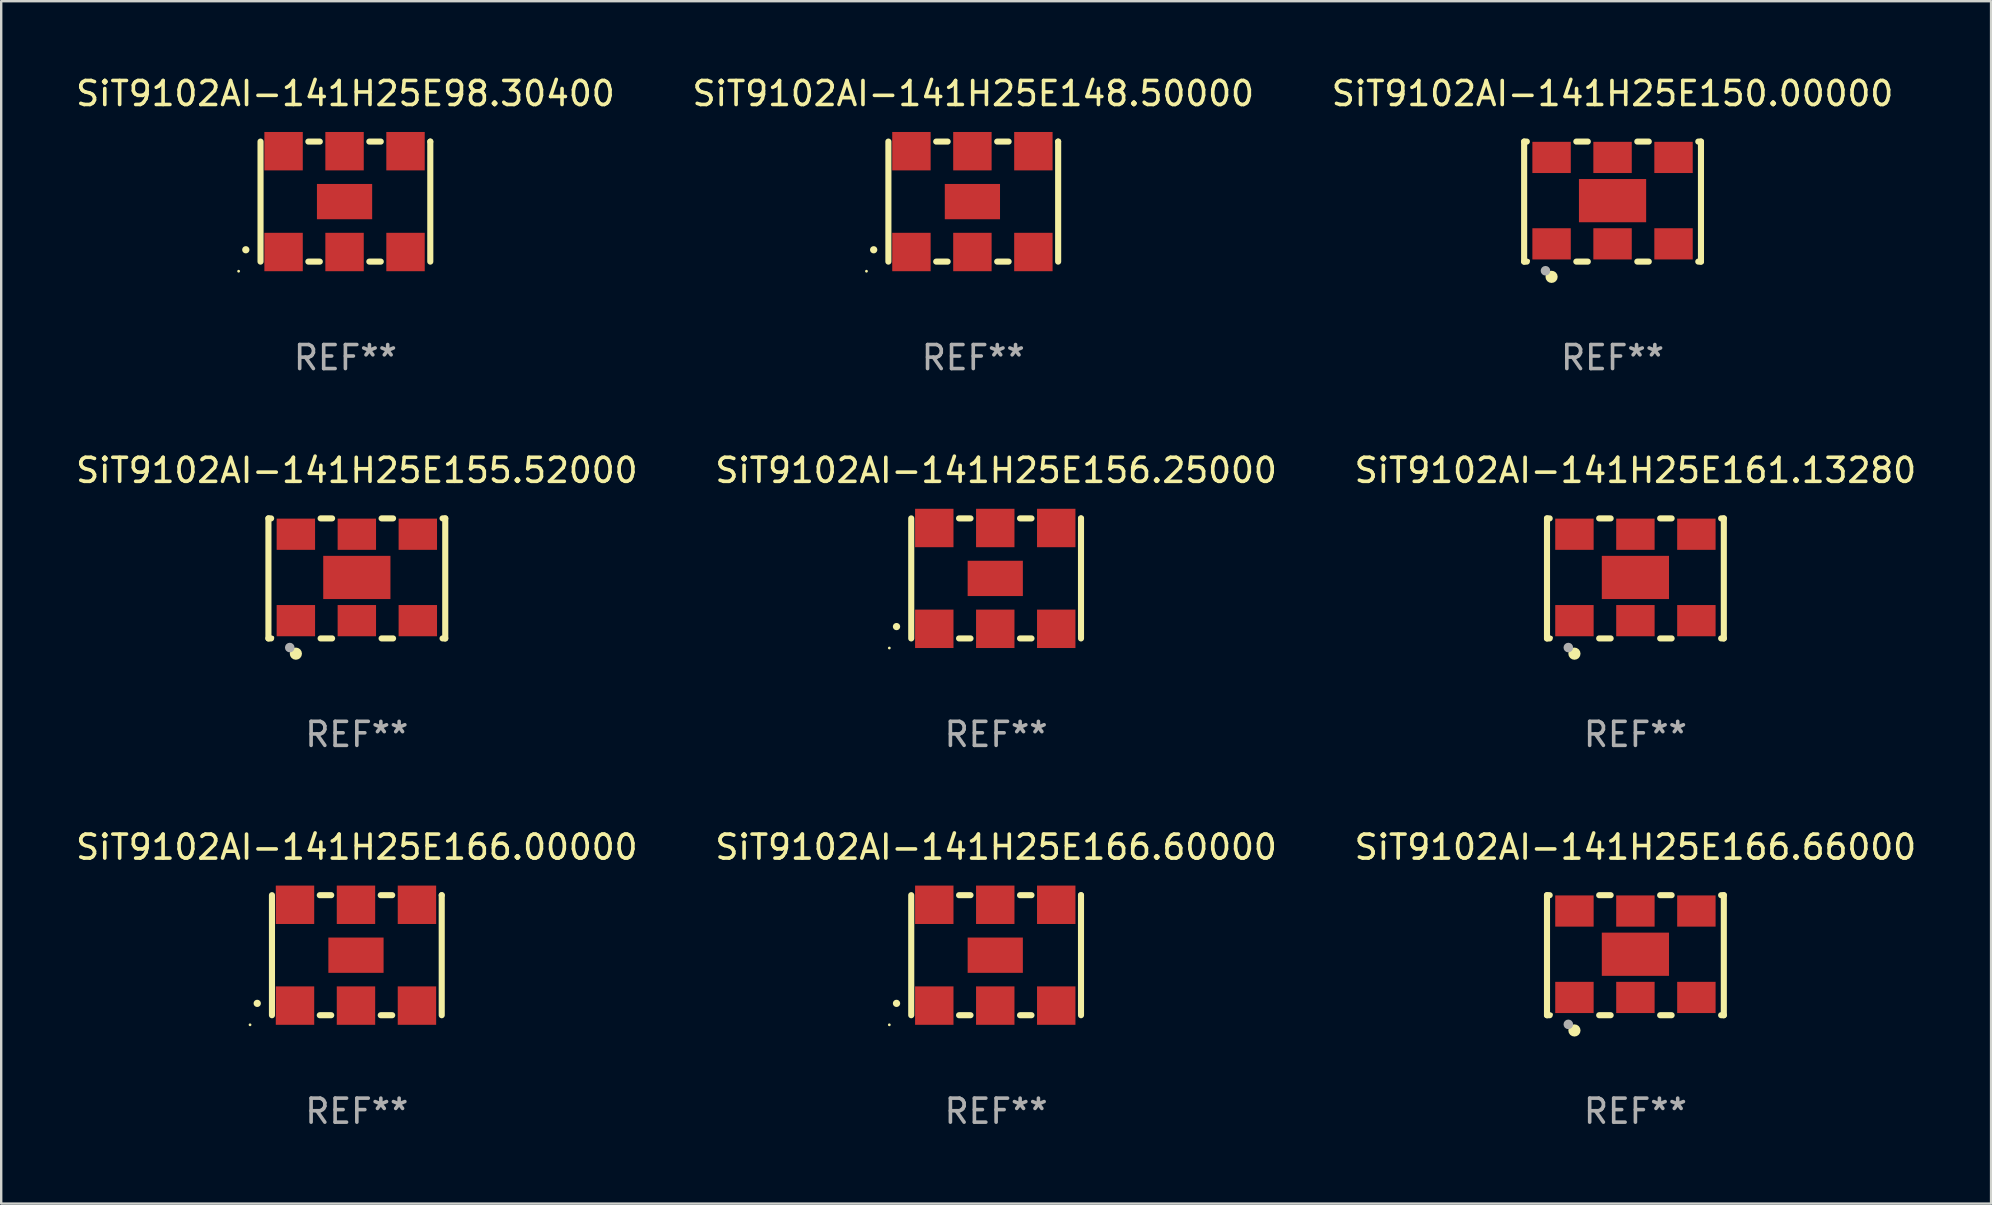
<source format=kicad_pcb>
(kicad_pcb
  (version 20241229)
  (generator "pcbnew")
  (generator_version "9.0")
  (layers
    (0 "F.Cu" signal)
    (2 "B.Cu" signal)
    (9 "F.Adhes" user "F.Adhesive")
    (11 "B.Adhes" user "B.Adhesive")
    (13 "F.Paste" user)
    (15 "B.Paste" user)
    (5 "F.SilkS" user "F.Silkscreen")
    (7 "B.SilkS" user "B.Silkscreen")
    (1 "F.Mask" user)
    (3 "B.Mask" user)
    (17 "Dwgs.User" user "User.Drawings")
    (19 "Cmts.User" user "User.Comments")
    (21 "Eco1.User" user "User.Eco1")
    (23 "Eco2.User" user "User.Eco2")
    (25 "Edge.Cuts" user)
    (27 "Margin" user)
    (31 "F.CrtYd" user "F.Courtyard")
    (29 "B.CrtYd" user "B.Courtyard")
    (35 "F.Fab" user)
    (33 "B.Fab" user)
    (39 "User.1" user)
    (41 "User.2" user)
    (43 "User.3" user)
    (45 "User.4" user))
  (footprint "SiT9102AI-141H25E155.52000"
    (layer "F.Cu")
    (at 11.815 21.045)
    (property "Reference" "SiT9102AI-141H25E155.52000" (at 0 -4.5 0) (layer "F.SilkS") (effects (font (size 1 1) (thickness 0.15))))
    (attr through_hole)
    (fp_line (start -3.683 -2.5) (end -3.571 -2.5) (stroke (width 0.254) (type solid)) (layer "F.SilkS"))
    (fp_line (start -3.683 2.5) (end -3.683 -2.5) (stroke (width 0.254) (type solid)) (layer "F.SilkS"))
    (fp_line (start -3.683 2.5) (end -3.571 2.5) (stroke (width 0.254) (type solid)) (layer "F.SilkS"))
    (fp_line (start -1.509 -2.5) (end -1.031 -2.5) (stroke (width 0.254) (type solid)) (layer "F.SilkS"))
    (fp_line (start -1.509 2.5) (end -1.031 2.5) (stroke (width 0.254) (type solid)) (layer "F.SilkS"))
    (fp_line (start 1.031 -2.5) (end 1.509 -2.5) (stroke (width 0.254) (type solid)) (layer "F.SilkS"))
    (fp_line (start 1.031 2.5) (end 1.509 2.5) (stroke (width 0.254) (type solid)) (layer "F.SilkS"))
    (fp_line (start 3.571 -2.5) (end 3.683 -2.5) (stroke (width 0.254) (type solid)) (layer "F.SilkS"))
    (fp_line (start 3.571 2.5) (end 3.683 2.5) (stroke (width 0.254) (type solid)) (layer "F.SilkS"))
    (fp_line (start 3.683 2.5) (end 3.683 -2.5) (stroke (width 0.254) (type solid)) (layer "F.SilkS"))
    (fp_circle (center -3.5 2.46) (end -3.47 2.46) (stroke (width 0.06) (type solid)) (fill no) (layer "F.SilkS"))
    (fp_circle (center -2.54 3.135) (end -2.413 3.135) (stroke (width 0.254) (type solid)) (fill no) (layer "F.SilkS"))
    (fp_circle (center -2.794 2.881) (end -2.694 2.881) (stroke (width 0.2) (type solid)) (fill no) (layer "F.Fab"))
    (fp_text user "REF**" (at 0 6.5 0) (layer "F.Fab") (effects (font (size 1 1) (thickness 0.15))))
    (pad "1" smd rect (at -2.54 1.76) (size 1.6 1.3) (layers "F.Cu" "F.Mask" "F.Paste"))
    (pad "2" smd rect (at 0 1.76) (size 1.6 1.3) (layers "F.Cu" "F.Mask" "F.Paste"))
    (pad "3" smd rect (at 2.54 1.76) (size 1.6 1.3) (layers "F.Cu" "F.Mask" "F.Paste"))
    (pad "4" smd rect (at 2.54 -1.84) (size 1.6 1.3) (layers "F.Cu" "F.Mask" "F.Paste"))
    (pad "5" smd rect (at 0 -1.84) (size 1.6 1.3) (layers "F.Cu" "F.Mask" "F.Paste"))
    (pad "6" smd rect (at -2.54 -1.84) (size 1.6 1.3) (layers "F.Cu" "F.Mask" "F.Paste"))
    (pad "7" smd rect (at 0 -0.04) (size 2.8 1.8) (layers "F.Cu" "F.Mask" "F.Paste")))
  (footprint "SiT9102AI-141H25E166.60000"
    (layer "F.Cu")
    (at 38.446 36.741)
    (property "Reference" "SiT9102AI-141H25E166.60000" (at 0 -4.5 0) (layer "F.SilkS") (effects (font (size 1 1) (thickness 0.15))))
    (attr through_hole)
    (fp_line (start -3.536 -2.5) (end -3.536 2.5) (stroke (width 0.254) (type solid)) (layer "F.SilkS"))
    (fp_line (start -1.544 2.5) (end -1.067 2.5) (stroke (width 0.254) (type solid)) (layer "F.SilkS"))
    (fp_line (start -1.067 -2.5) (end -1.544 -2.5) (stroke (width 0.254) (type solid)) (layer "F.SilkS"))
    (fp_line (start 0.996 2.5) (end 1.473 2.5) (stroke (width 0.254) (type solid)) (layer "F.SilkS"))
    (fp_line (start 1.473 -2.5) (end 0.996 -2.5) (stroke (width 0.254) (type solid)) (layer "F.SilkS"))
    (fp_line (start 3.536 -2.5) (end 3.536 -2.5) (stroke (width 0.254) (type solid)) (layer "F.SilkS"))
    (fp_line (start 3.536 2.5) (end 3.536 -2.5) (stroke (width 0.254) (type solid)) (layer "F.SilkS"))
    (fp_arc (start -4.150432 2.006604) (mid -4.149162 2.006599) (end -4.147892 2.006604) (stroke (width 0.3) (type solid)) (layer "F.SilkS"))
    (fp_circle (center -4.449 2.9) (end -4.419 2.9) (stroke (width 0.06) (type solid)) (fill no) (layer "F.SilkS"))
    (fp_text user "REF**" (at 0 6.5 0) (layer "F.Fab") (effects (font (size 1 1) (thickness 0.15))))
    (pad "1" smd rect (at -2.576 2.1) (size 1.6 1.6) (layers "F.Cu" "F.Mask" "F.Paste"))
    (pad "2" smd rect (at -0.036 2.1) (size 1.6 1.6) (layers "F.Cu" "F.Mask" "F.Paste"))
    (pad "3" smd rect (at 2.504 2.1) (size 1.6 1.6) (layers "F.Cu" "F.Mask" "F.Paste"))
    (pad "4" smd rect (at 2.504 -2.1) (size 1.6 1.6) (layers "F.Cu" "F.Mask" "F.Paste"))
    (pad "5" smd rect (at -0.036 -2.1) (size 1.6 1.6) (layers "F.Cu" "F.Mask" "F.Paste"))
    (pad "6" smd rect (at -2.576 -2.1) (size 1.6 1.6) (layers "F.Cu" "F.Mask" "F.Paste"))
    (pad "7" smd rect (at -0.036 0) (size 2.3 1.47) (layers "F.Cu" "F.Mask" "F.Paste")))
  (footprint "SiT9102AI-141H25E98.30400"
    (layer "F.Cu")
    (at 11.339 5.348)
    (property "Reference" "SiT9102AI-141H25E98.30400" (at 0 -4.5 0) (layer "F.SilkS") (effects (font (size 1 1) (thickness 0.15))))
    (attr through_hole)
    (fp_line (start -3.536 -2.5) (end -3.536 2.5) (stroke (width 0.254) (type solid)) (layer "F.SilkS"))
    (fp_line (start -1.544 2.5) (end -1.067 2.5) (stroke (width 0.254) (type solid)) (layer "F.SilkS"))
    (fp_line (start -1.067 -2.5) (end -1.544 -2.5) (stroke (width 0.254) (type solid)) (layer "F.SilkS"))
    (fp_line (start 0.996 2.5) (end 1.473 2.5) (stroke (width 0.254) (type solid)) (layer "F.SilkS"))
    (fp_line (start 1.473 -2.5) (end 0.996 -2.5) (stroke (width 0.254) (type solid)) (layer "F.SilkS"))
    (fp_line (start 3.536 -2.5) (end 3.536 -2.5) (stroke (width 0.254) (type solid)) (layer "F.SilkS"))
    (fp_line (start 3.536 2.5) (end 3.536 -2.5) (stroke (width 0.254) (type solid)) (layer "F.SilkS"))
    (fp_arc (start -4.150432 2.006604) (mid -4.149162 2.006599) (end -4.147892 2.006604) (stroke (width 0.3) (type solid)) (layer "F.SilkS"))
    (fp_circle (center -4.449 2.9) (end -4.419 2.9) (stroke (width 0.06) (type solid)) (fill no) (layer "F.SilkS"))
    (fp_text user "REF**" (at 0 6.5 0) (layer "F.Fab") (effects (font (size 1 1) (thickness 0.15))))
    (pad "1" smd rect (at -2.576 2.1) (size 1.6 1.6) (layers "F.Cu" "F.Mask" "F.Paste"))
    (pad "2" smd rect (at -0.036 2.1) (size 1.6 1.6) (layers "F.Cu" "F.Mask" "F.Paste"))
    (pad "3" smd rect (at 2.504 2.1) (size 1.6 1.6) (layers "F.Cu" "F.Mask" "F.Paste"))
    (pad "4" smd rect (at 2.504 -2.1) (size 1.6 1.6) (layers "F.Cu" "F.Mask" "F.Paste"))
    (pad "5" smd rect (at -0.036 -2.1) (size 1.6 1.6) (layers "F.Cu" "F.Mask" "F.Paste"))
    (pad "6" smd rect (at -2.576 -2.1) (size 1.6 1.6) (layers "F.Cu" "F.Mask" "F.Paste"))
    (pad "7" smd rect (at -0.036 0) (size 2.3 1.47) (layers "F.Cu" "F.Mask" "F.Paste")))
  (footprint "SiT9102AI-141H25E166.00000"
    (layer "F.Cu")
    (at 11.815 36.741)
    (property "Reference" "SiT9102AI-141H25E166.00000" (at 0 -4.5 0) (layer "F.SilkS") (effects (font (size 1 1) (thickness 0.15))))
    (attr through_hole)
    (fp_line (start -3.536 -2.5) (end -3.536 2.5) (stroke (width 0.254) (type solid)) (layer "F.SilkS"))
    (fp_line (start -1.544 2.5) (end -1.067 2.5) (stroke (width 0.254) (type solid)) (layer "F.SilkS"))
    (fp_line (start -1.067 -2.5) (end -1.544 -2.5) (stroke (width 0.254) (type solid)) (layer "F.SilkS"))
    (fp_line (start 0.996 2.5) (end 1.473 2.5) (stroke (width 0.254) (type solid)) (layer "F.SilkS"))
    (fp_line (start 1.473 -2.5) (end 0.996 -2.5) (stroke (width 0.254) (type solid)) (layer "F.SilkS"))
    (fp_line (start 3.536 -2.5) (end 3.536 -2.5) (stroke (width 0.254) (type solid)) (layer "F.SilkS"))
    (fp_line (start 3.536 2.5) (end 3.536 -2.5) (stroke (width 0.254) (type solid)) (layer "F.SilkS"))
    (fp_arc (start -4.150432 2.006604) (mid -4.149162 2.006599) (end -4.147892 2.006604) (stroke (width 0.3) (type solid)) (layer "F.SilkS"))
    (fp_circle (center -4.449 2.9) (end -4.419 2.9) (stroke (width 0.06) (type solid)) (fill no) (layer "F.SilkS"))
    (fp_text user "REF**" (at 0 6.5 0) (layer "F.Fab") (effects (font (size 1 1) (thickness 0.15))))
    (pad "1" smd rect (at -2.576 2.1) (size 1.6 1.6) (layers "F.Cu" "F.Mask" "F.Paste"))
    (pad "2" smd rect (at -0.036 2.1) (size 1.6 1.6) (layers "F.Cu" "F.Mask" "F.Paste"))
    (pad "3" smd rect (at 2.504 2.1) (size 1.6 1.6) (layers "F.Cu" "F.Mask" "F.Paste"))
    (pad "4" smd rect (at 2.504 -2.1) (size 1.6 1.6) (layers "F.Cu" "F.Mask" "F.Paste"))
    (pad "5" smd rect (at -0.036 -2.1) (size 1.6 1.6) (layers "F.Cu" "F.Mask" "F.Paste"))
    (pad "6" smd rect (at -2.576 -2.1) (size 1.6 1.6) (layers "F.Cu" "F.Mask" "F.Paste"))
    (pad "7" smd rect (at -0.036 0) (size 2.3 1.47) (layers "F.Cu" "F.Mask" "F.Paste")))
  (footprint "SiT9102AI-141H25E161.13280"
    (layer "F.Cu")
    (at 65.077 21.045)
    (property "Reference" "SiT9102AI-141H25E161.13280" (at 0 -4.5 0) (layer "F.SilkS") (effects (font (size 1 1) (thickness 0.15))))
    (attr through_hole)
    (fp_line (start -3.683 -2.5) (end -3.571 -2.5) (stroke (width 0.254) (type solid)) (layer "F.SilkS"))
    (fp_line (start -3.683 2.5) (end -3.683 -2.5) (stroke (width 0.254) (type solid)) (layer "F.SilkS"))
    (fp_line (start -3.683 2.5) (end -3.571 2.5) (stroke (width 0.254) (type solid)) (layer "F.SilkS"))
    (fp_line (start -1.509 -2.5) (end -1.031 -2.5) (stroke (width 0.254) (type solid)) (layer "F.SilkS"))
    (fp_line (start -1.509 2.5) (end -1.031 2.5) (stroke (width 0.254) (type solid)) (layer "F.SilkS"))
    (fp_line (start 1.031 -2.5) (end 1.509 -2.5) (stroke (width 0.254) (type solid)) (layer "F.SilkS"))
    (fp_line (start 1.031 2.5) (end 1.509 2.5) (stroke (width 0.254) (type solid)) (layer "F.SilkS"))
    (fp_line (start 3.571 -2.5) (end 3.683 -2.5) (stroke (width 0.254) (type solid)) (layer "F.SilkS"))
    (fp_line (start 3.571 2.5) (end 3.683 2.5) (stroke (width 0.254) (type solid)) (layer "F.SilkS"))
    (fp_line (start 3.683 2.5) (end 3.683 -2.5) (stroke (width 0.254) (type solid)) (layer "F.SilkS"))
    (fp_circle (center -3.5 2.46) (end -3.47 2.46) (stroke (width 0.06) (type solid)) (fill no) (layer "F.SilkS"))
    (fp_circle (center -2.54 3.135) (end -2.413 3.135) (stroke (width 0.254) (type solid)) (fill no) (layer "F.SilkS"))
    (fp_circle (center -2.794 2.881) (end -2.694 2.881) (stroke (width 0.2) (type solid)) (fill no) (layer "F.Fab"))
    (fp_text user "REF**" (at 0 6.5 0) (layer "F.Fab") (effects (font (size 1 1) (thickness 0.15))))
    (pad "1" smd rect (at -2.54 1.76) (size 1.6 1.3) (layers "F.Cu" "F.Mask" "F.Paste"))
    (pad "2" smd rect (at 0 1.76) (size 1.6 1.3) (layers "F.Cu" "F.Mask" "F.Paste"))
    (pad "3" smd rect (at 2.54 1.76) (size 1.6 1.3) (layers "F.Cu" "F.Mask" "F.Paste"))
    (pad "4" smd rect (at 2.54 -1.84) (size 1.6 1.3) (layers "F.Cu" "F.Mask" "F.Paste"))
    (pad "5" smd rect (at 0 -1.84) (size 1.6 1.3) (layers "F.Cu" "F.Mask" "F.Paste"))
    (pad "6" smd rect (at -2.54 -1.84) (size 1.6 1.3) (layers "F.Cu" "F.Mask" "F.Paste"))
    (pad "7" smd rect (at 0 -0.04) (size 2.8 1.8) (layers "F.Cu" "F.Mask" "F.Paste")))
  (footprint "SiT9102AI-141H25E156.25000"
    (layer "F.Cu")
    (at 38.446 21.045)
    (property "Reference" "SiT9102AI-141H25E156.25000" (at 0 -4.5 0) (layer "F.SilkS") (effects (font (size 1 1) (thickness 0.15))))
    (attr through_hole)
    (fp_line (start -3.536 -2.5) (end -3.536 2.5) (stroke (width 0.254) (type solid)) (layer "F.SilkS"))
    (fp_line (start -1.544 2.5) (end -1.067 2.5) (stroke (width 0.254) (type solid)) (layer "F.SilkS"))
    (fp_line (start -1.067 -2.5) (end -1.544 -2.5) (stroke (width 0.254) (type solid)) (layer "F.SilkS"))
    (fp_line (start 0.996 2.5) (end 1.473 2.5) (stroke (width 0.254) (type solid)) (layer "F.SilkS"))
    (fp_line (start 1.473 -2.5) (end 0.996 -2.5) (stroke (width 0.254) (type solid)) (layer "F.SilkS"))
    (fp_line (start 3.536 -2.5) (end 3.536 -2.5) (stroke (width 0.254) (type solid)) (layer "F.SilkS"))
    (fp_line (start 3.536 2.5) (end 3.536 -2.5) (stroke (width 0.254) (type solid)) (layer "F.SilkS"))
    (fp_arc (start -4.150432 2.006604) (mid -4.149162 2.006599) (end -4.147892 2.006604) (stroke (width 0.3) (type solid)) (layer "F.SilkS"))
    (fp_circle (center -4.449 2.9) (end -4.419 2.9) (stroke (width 0.06) (type solid)) (fill no) (layer "F.SilkS"))
    (fp_text user "REF**" (at 0 6.5 0) (layer "F.Fab") (effects (font (size 1 1) (thickness 0.15))))
    (pad "1" smd rect (at -2.576 2.1) (size 1.6 1.6) (layers "F.Cu" "F.Mask" "F.Paste"))
    (pad "2" smd rect (at -0.036 2.1) (size 1.6 1.6) (layers "F.Cu" "F.Mask" "F.Paste"))
    (pad "3" smd rect (at 2.504 2.1) (size 1.6 1.6) (layers "F.Cu" "F.Mask" "F.Paste"))
    (pad "4" smd rect (at 2.504 -2.1) (size 1.6 1.6) (layers "F.Cu" "F.Mask" "F.Paste"))
    (pad "5" smd rect (at -0.036 -2.1) (size 1.6 1.6) (layers "F.Cu" "F.Mask" "F.Paste"))
    (pad "6" smd rect (at -2.576 -2.1) (size 1.6 1.6) (layers "F.Cu" "F.Mask" "F.Paste"))
    (pad "7" smd rect (at -0.036 0) (size 2.3 1.47) (layers "F.Cu" "F.Mask" "F.Paste")))
  (footprint "SiT9102AI-141H25E150.00000"
    (layer "F.Cu")
    (at 64.125 5.348)
    (property "Reference" "SiT9102AI-141H25E150.00000" (at 0 -4.5 0) (layer "F.SilkS") (effects (font (size 1 1) (thickness 0.15))))
    (attr through_hole)
    (fp_line (start -3.683 -2.5) (end -3.571 -2.5) (stroke (width 0.254) (type solid)) (layer "F.SilkS"))
    (fp_line (start -3.683 2.5) (end -3.683 -2.5) (stroke (width 0.254) (type solid)) (layer "F.SilkS"))
    (fp_line (start -3.683 2.5) (end -3.571 2.5) (stroke (width 0.254) (type solid)) (layer "F.SilkS"))
    (fp_line (start -1.509 -2.5) (end -1.031 -2.5) (stroke (width 0.254) (type solid)) (layer "F.SilkS"))
    (fp_line (start -1.509 2.5) (end -1.031 2.5) (stroke (width 0.254) (type solid)) (layer "F.SilkS"))
    (fp_line (start 1.031 -2.5) (end 1.509 -2.5) (stroke (width 0.254) (type solid)) (layer "F.SilkS"))
    (fp_line (start 1.031 2.5) (end 1.509 2.5) (stroke (width 0.254) (type solid)) (layer "F.SilkS"))
    (fp_line (start 3.571 -2.5) (end 3.683 -2.5) (stroke (width 0.254) (type solid)) (layer "F.SilkS"))
    (fp_line (start 3.571 2.5) (end 3.683 2.5) (stroke (width 0.254) (type solid)) (layer "F.SilkS"))
    (fp_line (start 3.683 2.5) (end 3.683 -2.5) (stroke (width 0.254) (type solid)) (layer "F.SilkS"))
    (fp_circle (center -3.5 2.46) (end -3.47 2.46) (stroke (width 0.06) (type solid)) (fill no) (layer "F.SilkS"))
    (fp_circle (center -2.54 3.135) (end -2.413 3.135) (stroke (width 0.254) (type solid)) (fill no) (layer "F.SilkS"))
    (fp_circle (center -2.794 2.881) (end -2.694 2.881) (stroke (width 0.2) (type solid)) (fill no) (layer "F.Fab"))
    (fp_text user "REF**" (at 0 6.5 0) (layer "F.Fab") (effects (font (size 1 1) (thickness 0.15))))
    (pad "1" smd rect (at -2.54 1.76) (size 1.6 1.3) (layers "F.Cu" "F.Mask" "F.Paste"))
    (pad "2" smd rect (at 0 1.76) (size 1.6 1.3) (layers "F.Cu" "F.Mask" "F.Paste"))
    (pad "3" smd rect (at 2.54 1.76) (size 1.6 1.3) (layers "F.Cu" "F.Mask" "F.Paste"))
    (pad "4" smd rect (at 2.54 -1.84) (size 1.6 1.3) (layers "F.Cu" "F.Mask" "F.Paste"))
    (pad "5" smd rect (at 0 -1.84) (size 1.6 1.3) (layers "F.Cu" "F.Mask" "F.Paste"))
    (pad "6" smd rect (at -2.54 -1.84) (size 1.6 1.3) (layers "F.Cu" "F.Mask" "F.Paste"))
    (pad "7" smd rect (at 0 -0.04) (size 2.8 1.8) (layers "F.Cu" "F.Mask" "F.Paste")))
  (footprint "SiT9102AI-141H25E166.66000"
    (layer "F.Cu")
    (at 65.077 36.741)
    (property "Reference" "SiT9102AI-141H25E166.66000" (at 0 -4.5 0) (layer "F.SilkS") (effects (font (size 1 1) (thickness 0.15))))
    (attr through_hole)
    (fp_line (start -3.683 -2.5) (end -3.571 -2.5) (stroke (width 0.254) (type solid)) (layer "F.SilkS"))
    (fp_line (start -3.683 2.5) (end -3.683 -2.5) (stroke (width 0.254) (type solid)) (layer "F.SilkS"))
    (fp_line (start -3.683 2.5) (end -3.571 2.5) (stroke (width 0.254) (type solid)) (layer "F.SilkS"))
    (fp_line (start -1.509 -2.5) (end -1.031 -2.5) (stroke (width 0.254) (type solid)) (layer "F.SilkS"))
    (fp_line (start -1.509 2.5) (end -1.031 2.5) (stroke (width 0.254) (type solid)) (layer "F.SilkS"))
    (fp_line (start 1.031 -2.5) (end 1.509 -2.5) (stroke (width 0.254) (type solid)) (layer "F.SilkS"))
    (fp_line (start 1.031 2.5) (end 1.509 2.5) (stroke (width 0.254) (type solid)) (layer "F.SilkS"))
    (fp_line (start 3.571 -2.5) (end 3.683 -2.5) (stroke (width 0.254) (type solid)) (layer "F.SilkS"))
    (fp_line (start 3.571 2.5) (end 3.683 2.5) (stroke (width 0.254) (type solid)) (layer "F.SilkS"))
    (fp_line (start 3.683 2.5) (end 3.683 -2.5) (stroke (width 0.254) (type solid)) (layer "F.SilkS"))
    (fp_circle (center -3.5 2.46) (end -3.47 2.46) (stroke (width 0.06) (type solid)) (fill no) (layer "F.SilkS"))
    (fp_circle (center -2.54 3.135) (end -2.413 3.135) (stroke (width 0.254) (type solid)) (fill no) (layer "F.SilkS"))
    (fp_circle (center -2.794 2.881) (end -2.694 2.881) (stroke (width 0.2) (type solid)) (fill no) (layer "F.Fab"))
    (fp_text user "REF**" (at 0 6.5 0) (layer "F.Fab") (effects (font (size 1 1) (thickness 0.15))))
    (pad "1" smd rect (at -2.54 1.76) (size 1.6 1.3) (layers "F.Cu" "F.Mask" "F.Paste"))
    (pad "2" smd rect (at 0 1.76) (size 1.6 1.3) (layers "F.Cu" "F.Mask" "F.Paste"))
    (pad "3" smd rect (at 2.54 1.76) (size 1.6 1.3) (layers "F.Cu" "F.Mask" "F.Paste"))
    (pad "4" smd rect (at 2.54 -1.84) (size 1.6 1.3) (layers "F.Cu" "F.Mask" "F.Paste"))
    (pad "5" smd rect (at 0 -1.84) (size 1.6 1.3) (layers "F.Cu" "F.Mask" "F.Paste"))
    (pad "6" smd rect (at -2.54 -1.84) (size 1.6 1.3) (layers "F.Cu" "F.Mask" "F.Paste"))
    (pad "7" smd rect (at 0 -0.04) (size 2.8 1.8) (layers "F.Cu" "F.Mask" "F.Paste")))
  (footprint "SiT9102AI-141H25E148.50000"
    (layer "F.Cu")
    (at 37.494 5.348)
    (property "Reference" "SiT9102AI-141H25E148.50000" (at 0 -4.5 0) (layer "F.SilkS") (effects (font (size 1 1) (thickness 0.15))))
    (attr through_hole)
    (fp_line (start -3.536 -2.5) (end -3.536 2.5) (stroke (width 0.254) (type solid)) (layer "F.SilkS"))
    (fp_line (start -1.544 2.5) (end -1.067 2.5) (stroke (width 0.254) (type solid)) (layer "F.SilkS"))
    (fp_line (start -1.067 -2.5) (end -1.544 -2.5) (stroke (width 0.254) (type solid)) (layer "F.SilkS"))
    (fp_line (start 0.996 2.5) (end 1.473 2.5) (stroke (width 0.254) (type solid)) (layer "F.SilkS"))
    (fp_line (start 1.473 -2.5) (end 0.996 -2.5) (stroke (width 0.254) (type solid)) (layer "F.SilkS"))
    (fp_line (start 3.536 -2.5) (end 3.536 -2.5) (stroke (width 0.254) (type solid)) (layer "F.SilkS"))
    (fp_line (start 3.536 2.5) (end 3.536 -2.5) (stroke (width 0.254) (type solid)) (layer "F.SilkS"))
    (fp_arc (start -4.150432 2.006604) (mid -4.149162 2.006599) (end -4.147892 2.006604) (stroke (width 0.3) (type solid)) (layer "F.SilkS"))
    (fp_circle (center -4.449 2.9) (end -4.419 2.9) (stroke (width 0.06) (type solid)) (fill no) (layer "F.SilkS"))
    (fp_text user "REF**" (at 0 6.5 0) (layer "F.Fab") (effects (font (size 1 1) (thickness 0.15))))
    (pad "1" smd rect (at -2.576 2.1) (size 1.6 1.6) (layers "F.Cu" "F.Mask" "F.Paste"))
    (pad "2" smd rect (at -0.036 2.1) (size 1.6 1.6) (layers "F.Cu" "F.Mask" "F.Paste"))
    (pad "3" smd rect (at 2.504 2.1) (size 1.6 1.6) (layers "F.Cu" "F.Mask" "F.Paste"))
    (pad "4" smd rect (at 2.504 -2.1) (size 1.6 1.6) (layers "F.Cu" "F.Mask" "F.Paste"))
    (pad "5" smd rect (at -0.036 -2.1) (size 1.6 1.6) (layers "F.Cu" "F.Mask" "F.Paste"))
    (pad "6" smd rect (at -2.576 -2.1) (size 1.6 1.6) (layers "F.Cu" "F.Mask" "F.Paste"))
    (pad "7" smd rect (at -0.036 0) (size 2.3 1.47) (layers "F.Cu" "F.Mask" "F.Paste")))
  (gr_rect
    (start -3 -3)
    (end 79.893 47.09)
    (stroke (width 0.1) (type default))
    (fill no)
    (layer "Edge.Cuts")))
</source>
